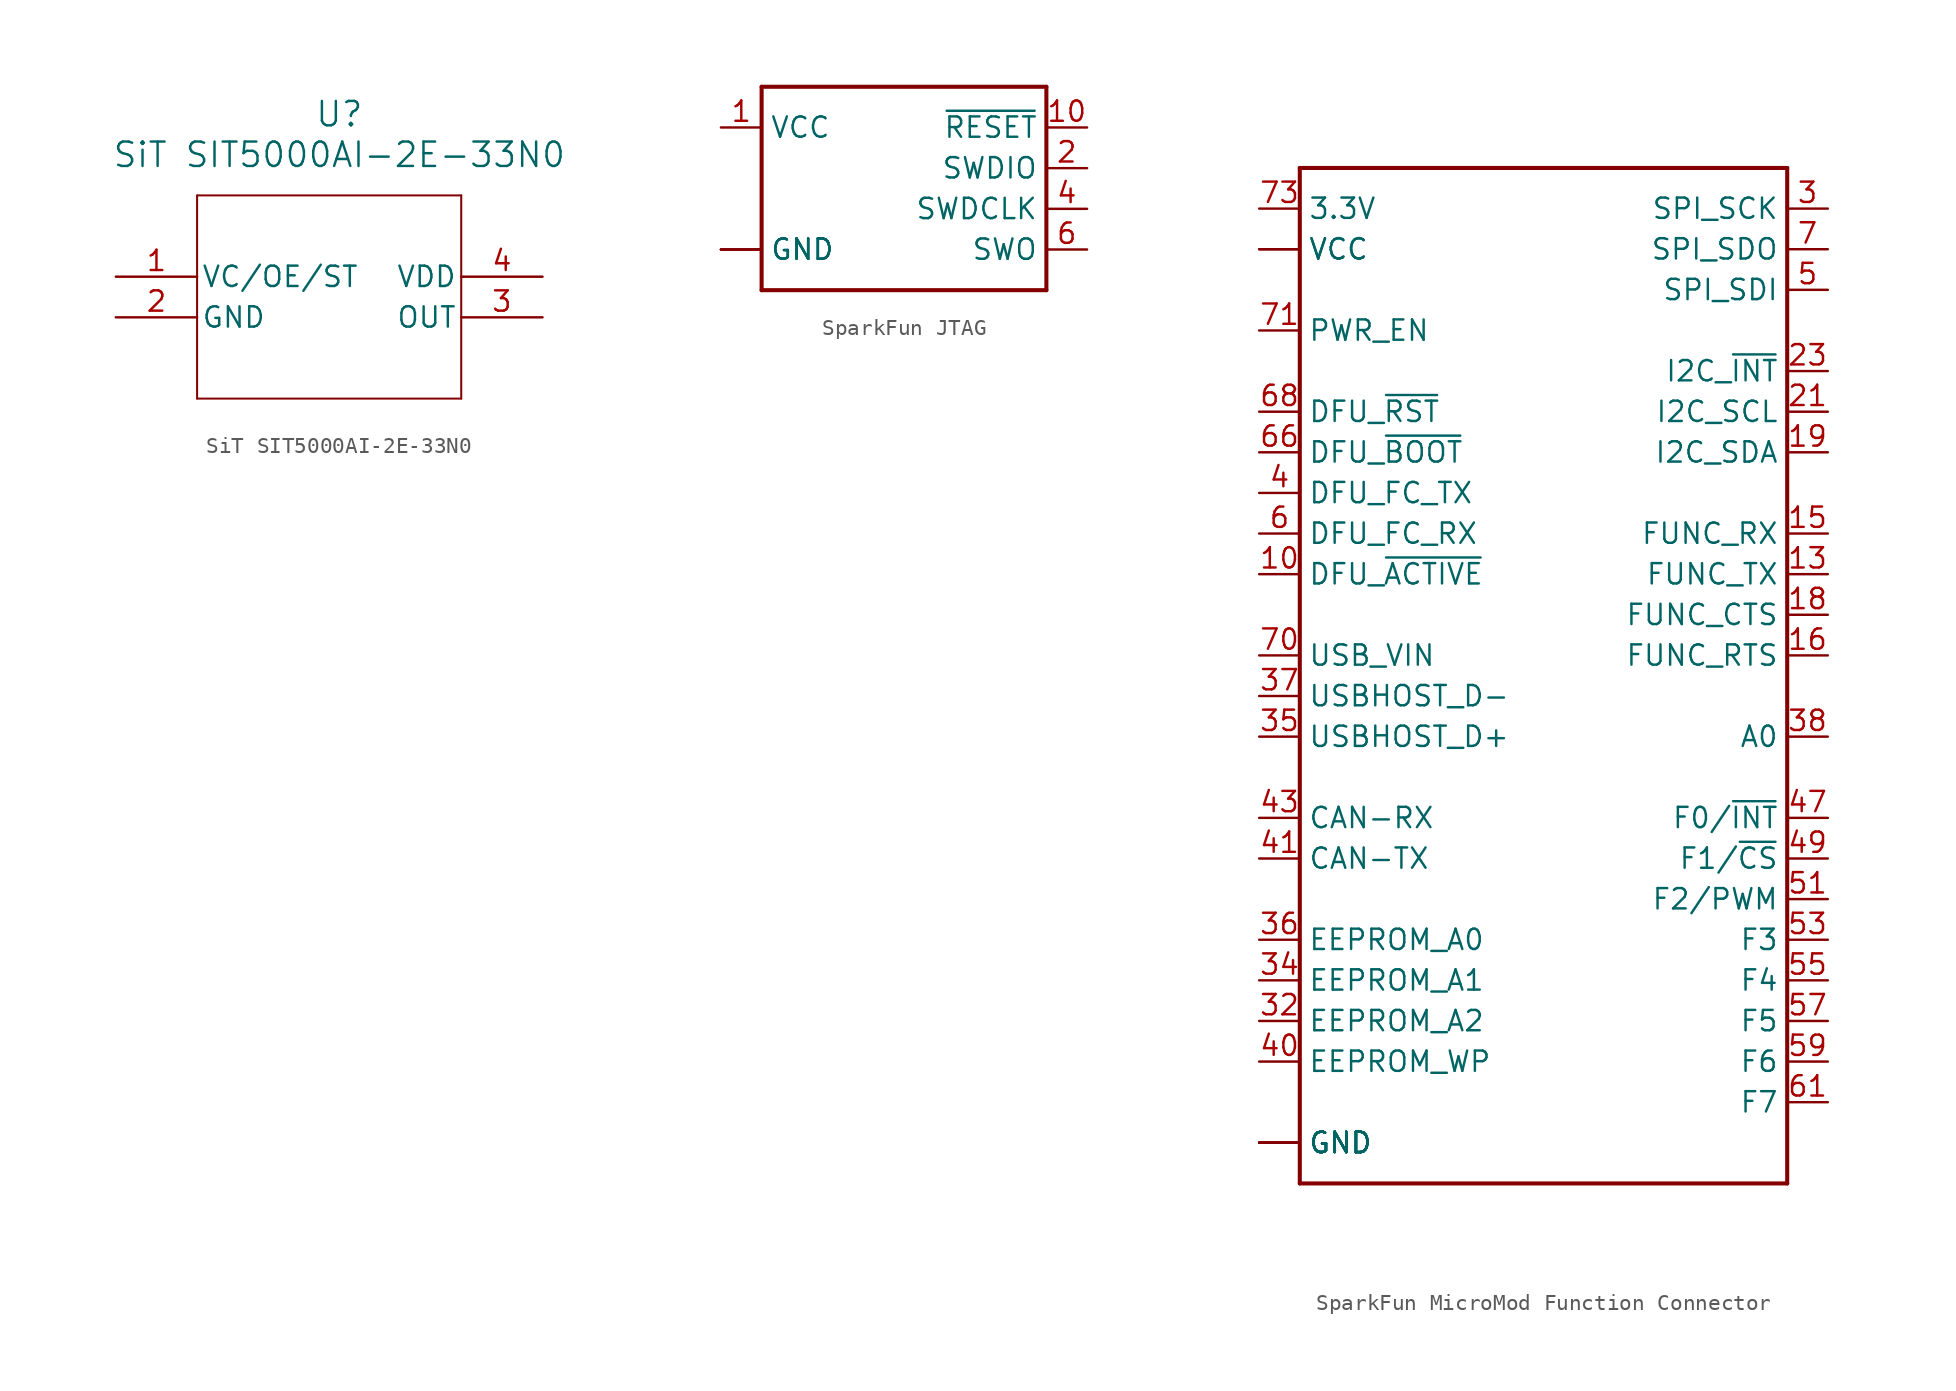
<source format=kicad_sym>
(kicad_symbol_lib
  (version 20231120)
  (generator "kicad_symbol_editor")
  (generator_version "8.0")
  (symbol "SiT SIT5000AI-2E-33N0"
    (pin_names
      (offset 0.254))
    (property "Reference" "U"
      (at 0 11.43 0)
      (effects (font (size 1.524 1.524))))
    (property "Value" "SiT SIT5000AI-2E-33N0"
      (at 0 8.89 0)
      (effects (font (size 1.524 1.524))))
    (symbol "SiT SIT5000AI-2E-33N0_0_1"
      (polyline (pts (xy -8.89 -6.35) (xy 7.62 -6.35)) (stroke (width 0.127) (type default)) (fill (type none)))
      (polyline (pts (xy -8.89 6.35) (xy -8.89 -6.35)) (stroke (width 0.127) (type default)) (fill (type none)))
      (polyline (pts (xy 7.62 -6.35) (xy 7.62 6.35)) (stroke (width 0.127) (type default)) (fill (type none)))
      (polyline (pts (xy 7.62 6.35) (xy -8.89 6.35)) (stroke (width 0.127) (type default)) (fill (type none)))
      (pin unspecified line (at -13.97 1.27 0) (length 5.08) (name "VC/OE/ST" (effects (font (size 1.27 1.27)))) (number "1" (effects (font (size 1.27 1.27)))))
      (pin power_out line (at -13.97 -1.27 0) (length 5.08) (name "GND" (effects (font (size 1.27 1.27)))) (number "2" (effects (font (size 1.27 1.27)))))
      (pin output line (at 12.7 -1.27 180) (length 5.08) (name "OUT" (effects (font (size 1.27 1.27)))) (number "3" (effects (font (size 1.27 1.27)))))
      (pin power_in line (at 12.7 1.27 180) (length 5.08) (name "VDD" (effects (font (size 1.27 1.27)))) (number "4" (effects (font (size 1.27 1.27)))))))
  (symbol "SparkFun JTAG"
    (property "Reference" "J"
      (at -10.16 7.874 0)
      (effects (font (size 1.778 1.778)) (justify left bottom) (hide yes)))
    (symbol "SparkFun JTAG_1_0"
      (polyline (pts (xy -10.16 -5.08) (xy -10.16 7.62)) (stroke (width 0.254) (type solid)) (fill (type none)))
      (polyline (pts (xy -10.16 7.62) (xy 7.62 7.62)) (stroke (width 0.254) (type solid)) (fill (type none)))
      (polyline (pts (xy 7.62 -5.08) (xy -10.16 -5.08)) (stroke (width 0.254) (type solid)) (fill (type none)))
      (polyline (pts (xy 7.62 7.62) (xy 7.62 -5.08)) (stroke (width 0.254) (type solid)) (fill (type none)))
      (pin bidirectional line (at -12.7 5.08 0) (length 2.54) (name "VCC" (effects (font (size 1.27 1.27)))) (number "1" (effects (font (size 1.27 1.27)))))
      (pin bidirectional line (at 10.16 5.08 180) (length 2.54) (name "~{RESET}" (effects (font (size 1.27 1.27)))) (number "10" (effects (font (size 1.27 1.27)))))
      (pin bidirectional line (at 10.16 2.54 180) (length 2.54) (name "SWDIO" (effects (font (size 1.27 1.27)))) (number "2" (effects (font (size 1.27 1.27)))))
      (pin bidirectional line (at -12.7 -2.54 0) (length 2.54) (name "GND" (effects (font (size 1.27 1.27)))) (number "3" (effects (font (size 0 0)))))
      (pin bidirectional line (at 10.16 0 180) (length 2.54) (name "SWDCLK" (effects (font (size 1.27 1.27)))) (number "4" (effects (font (size 1.27 1.27)))))
      (pin bidirectional line (at -12.7 -2.54 0) (length 2.54) (name "GND" (effects (font (size 1.27 1.27)))) (number "5" (effects (font (size 0 0)))))
      (pin bidirectional line (at 10.16 -2.54 180) (length 2.54) (name "SWO" (effects (font (size 1.27 1.27)))) (number "6" (effects (font (size 1.27 1.27)))))
      (pin bidirectional line (at -12.7 -2.54 0) (length 2.54) (name "GND" (effects (font (size 1.27 1.27)))) (number "9" (effects (font (size 0 0)))))))
  (symbol "SparkFun MicroMod Function Connector"
    (property "Reference" "J"
      (at -15.24 28.448 0)
      (effects (font (size 1.778 1.511)) (justify left bottom) (hide yes)))
    (symbol "SparkFun MicroMod Function Connector_1_0"
      (polyline (pts (xy -15.24 -35.56) (xy -15.24 27.94)) (stroke (width 0.254) (type solid)) (fill (type none)))
      (polyline (pts (xy -15.24 27.94) (xy 15.24 27.94)) (stroke (width 0.254) (type solid)) (fill (type none)))
      (polyline (pts (xy 15.24 -35.56) (xy -15.24 -35.56)) (stroke (width 0.254) (type solid)) (fill (type none)))
      (polyline (pts (xy 15.24 27.94) (xy 15.24 -35.56)) (stroke (width 0.254) (type solid)) (fill (type none)))
      (pin bidirectional line (at -17.78 -33.02 0) (length 2.54) (name "GND" (effects (font (size 1.27 1.27)))) (number "1" (effects (font (size 0 0)))))
      (pin bidirectional line (at -17.78 2.54 0) (length 2.54) (name "DFU_~{ACTIVE}" (effects (font (size 1.27 1.27)))) (number "10" (effects (font (size 1.27 1.27)))))
      (pin bidirectional line (at 17.78 2.54 180) (length 2.54) (name "FUNC_TX" (effects (font (size 1.27 1.27)))) (number "13" (effects (font (size 1.27 1.27)))))
      (pin bidirectional line (at 17.78 5.08 180) (length 2.54) (name "FUNC_RX" (effects (font (size 1.27 1.27)))) (number "15" (effects (font (size 1.27 1.27)))))
      (pin bidirectional line (at 17.78 -2.54 180) (length 2.54) (name "FUNC_RTS" (effects (font (size 1.27 1.27)))) (number "16" (effects (font (size 1.27 1.27)))))
      (pin bidirectional line (at 17.78 0 180) (length 2.54) (name "FUNC_CTS" (effects (font (size 1.27 1.27)))) (number "18" (effects (font (size 1.27 1.27)))))
      (pin bidirectional line (at 17.78 10.16 180) (length 2.54) (name "I2C_SDA" (effects (font (size 1.27 1.27)))) (number "19" (effects (font (size 1.27 1.27)))))
      (pin bidirectional line (at -17.78 -33.02 0) (length 2.54) (name "GND" (effects (font (size 1.27 1.27)))) (number "2" (effects (font (size 0 0)))))
      (pin bidirectional line (at 17.78 12.7 180) (length 2.54) (name "I2C_SCL" (effects (font (size 1.27 1.27)))) (number "21" (effects (font (size 1.27 1.27)))))
      (pin bidirectional line (at 17.78 15.24 180) (length 2.54) (name "I2C_~{INT}" (effects (font (size 1.27 1.27)))) (number "23" (effects (font (size 1.27 1.27)))))
      (pin bidirectional line (at 17.78 25.4 180) (length 2.54) (name "SPI_SCK" (effects (font (size 1.27 1.27)))) (number "3" (effects (font (size 1.27 1.27)))))
      (pin bidirectional line (at -17.78 -25.4 0) (length 2.54) (name "EEPROM_A2" (effects (font (size 1.27 1.27)))) (number "32" (effects (font (size 1.27 1.27)))))
      (pin bidirectional line (at -17.78 -33.02 0) (length 2.54) (name "GND" (effects (font (size 1.27 1.27)))) (number "33" (effects (font (size 0 0)))))
      (pin bidirectional line (at -17.78 -22.86 0) (length 2.54) (name "EEPROM_A1" (effects (font (size 1.27 1.27)))) (number "34" (effects (font (size 1.27 1.27)))))
      (pin bidirectional line (at -17.78 -7.62 0) (length 2.54) (name "USBHOST_D+" (effects (font (size 1.27 1.27)))) (number "35" (effects (font (size 1.27 1.27)))))
      (pin bidirectional line (at -17.78 -20.32 0) (length 2.54) (name "EEPROM_A0" (effects (font (size 1.27 1.27)))) (number "36" (effects (font (size 1.27 1.27)))))
      (pin bidirectional line (at -17.78 -5.08 0) (length 2.54) (name "USBHOST_D-" (effects (font (size 1.27 1.27)))) (number "37" (effects (font (size 1.27 1.27)))))
      (pin bidirectional line (at 17.78 -7.62 180) (length 2.54) (name "A0" (effects (font (size 1.27 1.27)))) (number "38" (effects (font (size 1.27 1.27)))))
      (pin bidirectional line (at -17.78 -33.02 0) (length 2.54) (name "GND" (effects (font (size 1.27 1.27)))) (number "39" (effects (font (size 0 0)))))
      (pin bidirectional line (at -17.78 7.62 0) (length 2.54) (name "DFU_FC_TX" (effects (font (size 1.27 1.27)))) (number "4" (effects (font (size 1.27 1.27)))))
      (pin bidirectional line (at -17.78 -27.94 0) (length 2.54) (name "EEPROM_WP" (effects (font (size 1.27 1.27)))) (number "40" (effects (font (size 1.27 1.27)))))
      (pin bidirectional line (at -17.78 -15.24 0) (length 2.54) (name "CAN-TX" (effects (font (size 1.27 1.27)))) (number "41" (effects (font (size 1.27 1.27)))))
      (pin bidirectional line (at -17.78 -12.7 0) (length 2.54) (name "CAN-RX" (effects (font (size 1.27 1.27)))) (number "43" (effects (font (size 1.27 1.27)))))
      (pin bidirectional line (at -17.78 -33.02 0) (length 2.54) (name "GND" (effects (font (size 1.27 1.27)))) (number "45" (effects (font (size 0 0)))))
      (pin bidirectional line (at 17.78 -12.7 180) (length 2.54) (name "F0/~{INT}" (effects (font (size 1.27 1.27)))) (number "47" (effects (font (size 1.27 1.27)))))
      (pin bidirectional line (at 17.78 -15.24 180) (length 2.54) (name "F1/~{CS}" (effects (font (size 1.27 1.27)))) (number "49" (effects (font (size 1.27 1.27)))))
      (pin bidirectional line (at 17.78 20.32 180) (length 2.54) (name "SPI_SDI" (effects (font (size 1.27 1.27)))) (number "5" (effects (font (size 1.27 1.27)))))
      (pin bidirectional line (at 17.78 -17.78 180) (length 2.54) (name "F2/PWM" (effects (font (size 1.27 1.27)))) (number "51" (effects (font (size 1.27 1.27)))))
      (pin bidirectional line (at 17.78 -20.32 180) (length 2.54) (name "F3" (effects (font (size 1.27 1.27)))) (number "53" (effects (font (size 1.27 1.27)))))
      (pin bidirectional line (at 17.78 -22.86 180) (length 2.54) (name "F4" (effects (font (size 1.27 1.27)))) (number "55" (effects (font (size 1.27 1.27)))))
      (pin bidirectional line (at 17.78 -25.4 180) (length 2.54) (name "F5" (effects (font (size 1.27 1.27)))) (number "57" (effects (font (size 1.27 1.27)))))
      (pin bidirectional line (at 17.78 -27.94 180) (length 2.54) (name "F6" (effects (font (size 1.27 1.27)))) (number "59" (effects (font (size 1.27 1.27)))))
      (pin bidirectional line (at -17.78 5.08 0) (length 2.54) (name "DFU_FC_RX" (effects (font (size 1.27 1.27)))) (number "6" (effects (font (size 1.27 1.27)))))
      (pin bidirectional line (at 17.78 -30.48 180) (length 2.54) (name "F7" (effects (font (size 1.27 1.27)))) (number "61" (effects (font (size 1.27 1.27)))))
      (pin bidirectional line (at -17.78 10.16 0) (length 2.54) (name "DFU_~{BOOT}" (effects (font (size 1.27 1.27)))) (number "66" (effects (font (size 1.27 1.27)))))
      (pin bidirectional line (at -17.78 12.7 0) (length 2.54) (name "DFU_~{RST}" (effects (font (size 1.27 1.27)))) (number "68" (effects (font (size 1.27 1.27)))))
      (pin bidirectional line (at 17.78 22.86 180) (length 2.54) (name "SPI_SDO" (effects (font (size 1.27 1.27)))) (number "7" (effects (font (size 1.27 1.27)))))
      (pin bidirectional line (at -17.78 -2.54 0) (length 2.54) (name "USB_VIN" (effects (font (size 1.27 1.27)))) (number "70" (effects (font (size 1.27 1.27)))))
      (pin bidirectional line (at -17.78 17.78 0) (length 2.54) (name "PWR_EN" (effects (font (size 1.27 1.27)))) (number "71" (effects (font (size 1.27 1.27)))))
      (pin bidirectional line (at -17.78 22.86 0) (length 2.54) (name "VCC" (effects (font (size 1.27 1.27)))) (number "72" (effects (font (size 0 0)))))
      (pin bidirectional line (at -17.78 25.4 0) (length 2.54) (name "3.3V" (effects (font (size 1.27 1.27)))) (number "73" (effects (font (size 1.27 1.27)))))
      (pin bidirectional line (at -17.78 22.86 0) (length 2.54) (name "VCC" (effects (font (size 1.27 1.27)))) (number "74" (effects (font (size 0 0)))))
      (pin bidirectional line (at -17.78 -33.02 0) (length 2.54) (name "GND" (effects (font (size 1.27 1.27)))) (number "75" (effects (font (size 0 0)))))
      (pin bidirectional line (at -17.78 -33.02 0) (length 2.54) (name "GND" (effects (font (size 1.27 1.27)))) (number "8" (effects (font (size 0 0))))))))
</source>
